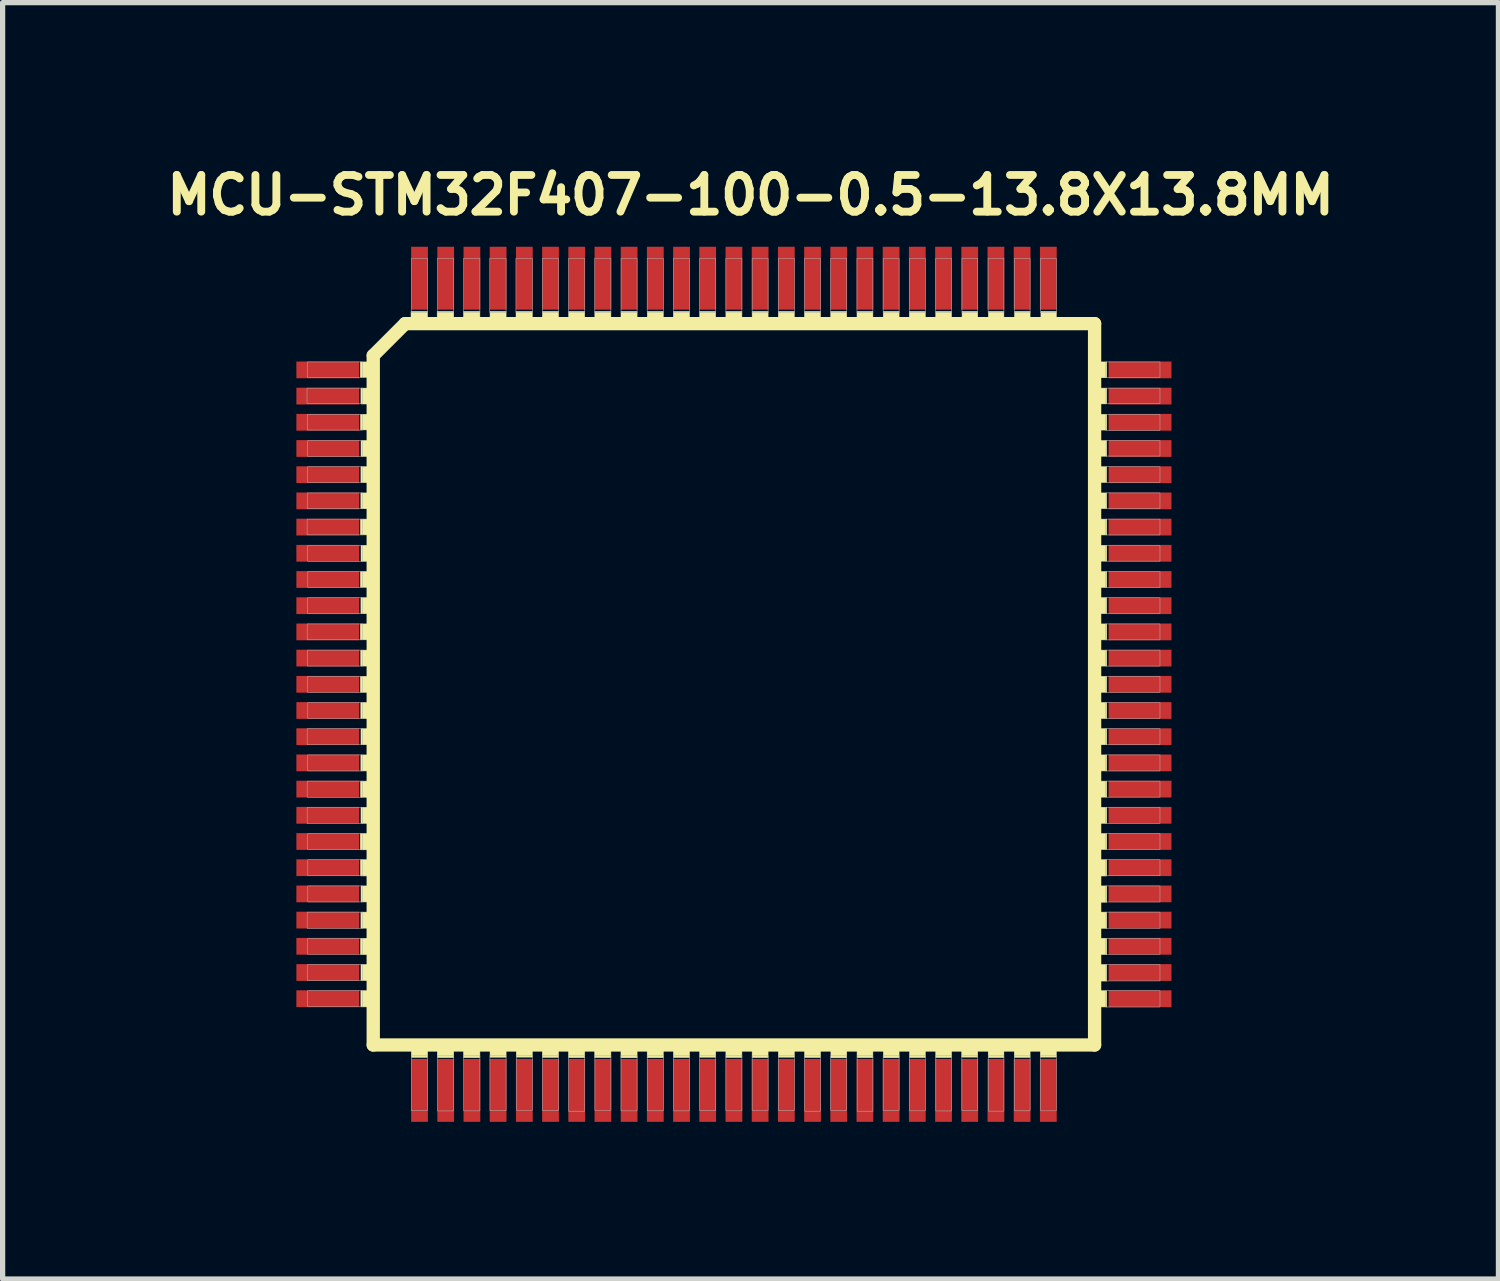
<source format=kicad_pcb>
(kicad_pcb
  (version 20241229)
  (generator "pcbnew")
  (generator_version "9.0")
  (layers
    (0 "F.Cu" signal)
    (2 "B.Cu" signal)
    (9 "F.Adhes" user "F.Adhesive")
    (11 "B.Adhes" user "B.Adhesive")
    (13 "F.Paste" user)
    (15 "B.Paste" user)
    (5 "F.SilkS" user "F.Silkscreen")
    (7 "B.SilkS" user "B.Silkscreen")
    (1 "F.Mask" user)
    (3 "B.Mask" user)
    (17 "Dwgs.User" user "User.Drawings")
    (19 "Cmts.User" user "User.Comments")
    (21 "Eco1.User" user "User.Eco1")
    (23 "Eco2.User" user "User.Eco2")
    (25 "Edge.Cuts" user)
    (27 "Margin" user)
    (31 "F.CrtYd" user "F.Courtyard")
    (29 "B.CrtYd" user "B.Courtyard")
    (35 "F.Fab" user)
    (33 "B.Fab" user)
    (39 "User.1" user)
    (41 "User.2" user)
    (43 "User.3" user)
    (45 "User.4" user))
  (footprint "MCU-STM32F407-100-0.5-13.8X13.8MM"
    (layer "F.Cu")
    (at 10.956 10.009)
    (property "Reference" "MCU-STM32F407-100-0.5-13.8X13.8MM" (at 0.318 -9.336 0) (layer "F.SilkS") (effects (font (size 0.7 0.7) (thickness 0.15))))
    (attr smd)
    (fp_line (start -6.883 -6.274) (end -6.274 -6.883) (stroke (width 0.254) (type solid)) (layer "F.SilkS"))
    (fp_line (start -6.883 6.883) (end -6.883 -6.274) (stroke (width 0.254) (type solid)) (layer "F.SilkS"))
    (fp_line (start -6.274 -6.883) (end 6.883 -6.883) (stroke (width 0.254) (type solid)) (layer "F.SilkS"))
    (fp_line (start 6.883 -6.883) (end 6.883 6.883) (stroke (width 0.254) (type solid)) (layer "F.SilkS"))
    (fp_line (start 6.883 6.883) (end -6.883 6.883) (stroke (width 0.254) (type solid)) (layer "F.SilkS"))
    (fp_poly (pts (xy -7.129 2.848) (xy -6.861 2.848) (xy -6.861 3.159) (xy -7.129 3.159)) (stroke (width 0.01) (type solid)) (fill yes) (layer "F.SilkS"))
    (fp_poly (pts (xy -7.129 -6.152) (xy -6.861 -6.152) (xy -6.861 -5.859) (xy -7.129 -5.859)) (stroke (width 0.01) (type solid)) (fill yes) (layer "F.SilkS"))
    (fp_poly (pts (xy -7.128 -1.152) (xy -6.861 -1.152) (xy -6.861 -0.849) (xy -7.128 -0.849)) (stroke (width 0.01) (type solid)) (fill yes) (layer "F.SilkS"))
    (fp_poly (pts (xy -7.127 -0.152) (xy -6.861 -0.152) (xy -6.861 0.153) (xy -7.127 0.153)) (stroke (width 0.01) (type solid)) (fill yes) (layer "F.SilkS"))
    (fp_poly (pts (xy -7.126 -2.152) (xy -6.861 -2.152) (xy -6.861 -1.851) (xy -7.126 -1.851)) (stroke (width 0.01) (type solid)) (fill yes) (layer "F.SilkS"))
    (fp_poly (pts (xy -7.126 -3.152) (xy -6.861 -3.152) (xy -6.861 -2.852) (xy -7.126 -2.852)) (stroke (width 0.01) (type solid)) (fill yes) (layer "F.SilkS"))
    (fp_poly (pts (xy -7.125 -5.152) (xy -6.861 -5.152) (xy -6.861 -4.855) (xy -7.125 -4.855)) (stroke (width 0.01) (type solid)) (fill yes) (layer "F.SilkS"))
    (fp_poly (pts (xy -7.125 3.348) (xy -6.861 3.348) (xy -6.861 3.657) (xy -7.125 3.657)) (stroke (width 0.01) (type solid)) (fill yes) (layer "F.SilkS"))
    (fp_poly (pts (xy -7.124 4.848) (xy -6.861 4.848) (xy -6.861 5.159) (xy -7.124 5.159)) (stroke (width 0.01) (type solid)) (fill yes) (layer "F.SilkS"))
    (fp_poly (pts (xy -7.124 1.848) (xy -6.861 1.848) (xy -6.861 2.155) (xy -7.124 2.155)) (stroke (width 0.01) (type solid)) (fill yes) (layer "F.SilkS"))
    (fp_poly (pts (xy -7.121 -0.652) (xy -6.861 -0.652) (xy -6.861 -0.348) (xy -7.121 -0.348)) (stroke (width 0.01) (type solid)) (fill yes) (layer "F.SilkS"))
    (fp_poly (pts (xy -7.12 0.348) (xy -6.861 0.348) (xy -6.861 0.653) (xy -7.12 0.653)) (stroke (width 0.01) (type solid)) (fill yes) (layer "F.SilkS"))
    (fp_poly (pts (xy -7.119 1.348) (xy -6.861 1.348) (xy -6.861 1.653) (xy -7.119 1.653)) (stroke (width 0.01) (type solid)) (fill yes) (layer "F.SilkS"))
    (fp_poly (pts (xy -7.119 -3.652) (xy -6.861 -3.652) (xy -6.861 -3.35) (xy -7.119 -3.35)) (stroke (width 0.01) (type solid)) (fill yes) (layer "F.SilkS"))
    (fp_poly (pts (xy -7.119 5.848) (xy -6.861 5.848) (xy -6.861 6.156) (xy -7.119 6.156)) (stroke (width 0.01) (type solid)) (fill yes) (layer "F.SilkS"))
    (fp_poly (pts (xy -7.118 -1.652) (xy -6.861 -1.652) (xy -6.861 -1.348) (xy -7.118 -1.348)) (stroke (width 0.01) (type solid)) (fill yes) (layer "F.SilkS"))
    (fp_poly (pts (xy -7.118 -4.152) (xy -6.861 -4.152) (xy -6.861 -3.849) (xy -7.118 -3.849)) (stroke (width 0.01) (type solid)) (fill yes) (layer "F.SilkS"))
    (fp_poly (pts (xy -7.118 4.348) (xy -6.861 4.348) (xy -6.861 4.654) (xy -7.118 4.654)) (stroke (width 0.01) (type solid)) (fill yes) (layer "F.SilkS"))
    (fp_poly (pts (xy -7.118 -5.652) (xy -6.861 -5.652) (xy -6.861 -5.349) (xy -7.118 -5.349)) (stroke (width 0.01) (type solid)) (fill yes) (layer "F.SilkS"))
    (fp_poly (pts (xy -7.117 0.848) (xy -6.861 0.848) (xy -6.861 1.153) (xy -7.117 1.153)) (stroke (width 0.01) (type solid)) (fill yes) (layer "F.SilkS"))
    (fp_poly (pts (xy -7.117 2.348) (xy -6.861 2.348) (xy -6.861 2.653) (xy -7.117 2.653)) (stroke (width 0.01) (type solid)) (fill yes) (layer "F.SilkS"))
    (fp_poly (pts (xy -7.117 5.348) (xy -6.861 5.348) (xy -6.861 5.654) (xy -7.117 5.654)) (stroke (width 0.01) (type solid)) (fill yes) (layer "F.SilkS"))
    (fp_poly (pts (xy -7.116 -2.652) (xy -6.861 -2.652) (xy -6.861 -2.348) (xy -7.116 -2.348)) (stroke (width 0.01) (type solid)) (fill yes) (layer "F.SilkS"))
    (fp_poly (pts (xy -7.116 3.848) (xy -6.861 3.848) (xy -6.861 4.153) (xy -7.116 4.153)) (stroke (width 0.01) (type solid)) (fill yes) (layer "F.SilkS"))
    (fp_poly (pts (xy -7.116 -4.652) (xy -6.861 -4.652) (xy -6.861 -4.348) (xy -7.116 -4.348)) (stroke (width 0.01) (type solid)) (fill yes) (layer "F.SilkS"))
    (fp_poly (pts (xy -6.162 -7.115) (xy -5.848 -7.115) (xy -5.848 -6.872) (xy -6.162 -6.872)) (stroke (width 0.01) (type solid)) (fill yes) (layer "F.SilkS"))
    (fp_poly (pts (xy -6.156 6.861) (xy -5.848 6.861) (xy -5.848 7.119) (xy -6.156 7.119)) (stroke (width 0.01) (type solid)) (fill yes) (layer "F.SilkS"))
    (fp_poly (pts (xy -5.663 -7.115) (xy -5.348 -7.115) (xy -5.348 -6.874) (xy -5.663 -6.874)) (stroke (width 0.01) (type solid)) (fill yes) (layer "F.SilkS"))
    (fp_poly (pts (xy -5.66 6.861) (xy -5.348 6.861) (xy -5.348 7.124) (xy -5.66 7.124)) (stroke (width 0.01) (type solid)) (fill yes) (layer "F.SilkS"))
    (fp_poly (pts (xy -5.16 -7.115) (xy -4.848 -7.115) (xy -4.848 -6.872) (xy -5.16 -6.872)) (stroke (width 0.01) (type solid)) (fill yes) (layer "F.SilkS"))
    (fp_poly (pts (xy -5.159 6.861) (xy -4.848 6.861) (xy -4.848 7.125) (xy -5.159 7.125)) (stroke (width 0.01) (type solid)) (fill yes) (layer "F.SilkS"))
    (fp_poly (pts (xy -4.654 6.861) (xy -4.348 6.861) (xy -4.348 7.117) (xy -4.654 7.117)) (stroke (width 0.01) (type solid)) (fill yes) (layer "F.SilkS"))
    (fp_poly (pts (xy -4.654 -7.115) (xy -4.348 -7.115) (xy -4.348 -6.863) (xy -4.654 -6.863)) (stroke (width 0.01) (type solid)) (fill yes) (layer "F.SilkS"))
    (fp_poly (pts (xy -4.158 -7.115) (xy -3.848 -7.115) (xy -3.848 -6.87) (xy -4.158 -6.87)) (stroke (width 0.01) (type solid)) (fill yes) (layer "F.SilkS"))
    (fp_poly (pts (xy -4.153 6.861) (xy -3.848 6.861) (xy -3.848 7.115) (xy -4.153 7.115)) (stroke (width 0.01) (type solid)) (fill yes) (layer "F.SilkS"))
    (fp_poly (pts (xy -3.656 6.861) (xy -3.348 6.861) (xy -3.348 7.121) (xy -3.656 7.121)) (stroke (width 0.01) (type solid)) (fill yes) (layer "F.SilkS"))
    (fp_poly (pts (xy -3.654 -7.115) (xy -3.348 -7.115) (xy -3.348 -6.864) (xy -3.654 -6.864)) (stroke (width 0.01) (type solid)) (fill yes) (layer "F.SilkS"))
    (fp_poly (pts (xy -3.156 6.861) (xy -2.848 6.861) (xy -2.848 7.124) (xy -3.156 7.124)) (stroke (width 0.01) (type solid)) (fill yes) (layer "F.SilkS"))
    (fp_poly (pts (xy -3.153 -7.115) (xy -2.848 -7.115) (xy -2.848 -6.862) (xy -3.153 -6.862)) (stroke (width 0.01) (type solid)) (fill yes) (layer "F.SilkS"))
    (fp_poly (pts (xy -2.656 6.861) (xy -2.348 6.861) (xy -2.348 7.124) (xy -2.656 7.124)) (stroke (width 0.01) (type solid)) (fill yes) (layer "F.SilkS"))
    (fp_poly (pts (xy -2.654 -7.115) (xy -2.348 -7.115) (xy -2.348 -6.864) (xy -2.654 -6.864)) (stroke (width 0.01) (type solid)) (fill yes) (layer "F.SilkS"))
    (fp_poly (pts (xy -2.156 6.861) (xy -1.848 6.861) (xy -1.848 7.127) (xy -2.156 7.127)) (stroke (width 0.01) (type solid)) (fill yes) (layer "F.SilkS"))
    (fp_poly (pts (xy -2.155 -7.115) (xy -1.848 -7.115) (xy -1.848 -6.871) (xy -2.155 -6.871)) (stroke (width 0.01) (type solid)) (fill yes) (layer "F.SilkS"))
    (fp_poly (pts (xy -1.655 6.861) (xy -1.348 6.861) (xy -1.348 7.126) (xy -1.655 7.126)) (stroke (width 0.01) (type solid)) (fill yes) (layer "F.SilkS"))
    (fp_poly (pts (xy -1.653 -7.115) (xy -1.348 -7.115) (xy -1.348 -6.865) (xy -1.653 -6.865)) (stroke (width 0.01) (type solid)) (fill yes) (layer "F.SilkS"))
    (fp_poly (pts (xy -1.155 -7.115) (xy -0.848 -7.115) (xy -0.848 -6.874) (xy -1.155 -6.874)) (stroke (width 0.01) (type solid)) (fill yes) (layer "F.SilkS"))
    (fp_poly (pts (xy -1.154 6.861) (xy -0.848 6.861) (xy -0.848 7.122) (xy -1.154 7.122)) (stroke (width 0.01) (type solid)) (fill yes) (layer "F.SilkS"))
    (fp_poly (pts (xy -0.653 -7.115) (xy -0.348 -7.115) (xy -0.348 -6.864) (xy -0.653 -6.864)) (stroke (width 0.01) (type solid)) (fill yes) (layer "F.SilkS"))
    (fp_poly (pts (xy -0.653 6.861) (xy -0.348 6.861) (xy -0.348 7.117) (xy -0.653 7.117)) (stroke (width 0.01) (type solid)) (fill yes) (layer "F.SilkS"))
    (fp_poly (pts (xy -0.153 -7.115) (xy 0.152 -7.115) (xy 0.152 -6.873) (xy -0.153 -6.873)) (stroke (width 0.01) (type solid)) (fill yes) (layer "F.SilkS"))
    (fp_poly (pts (xy -0.153 6.861) (xy 0.152 6.861) (xy 0.152 7.122) (xy -0.153 7.122)) (stroke (width 0.01) (type solid)) (fill yes) (layer "F.SilkS"))
    (fp_poly (pts (xy 0.348 6.861) (xy 0.652 6.861) (xy 0.652 7.123) (xy 0.348 7.123)) (stroke (width 0.01) (type solid)) (fill yes) (layer "F.SilkS"))
    (fp_poly (pts (xy 0.348 -7.115) (xy 0.652 -7.115) (xy 0.652 -6.874) (xy 0.348 -6.874)) (stroke (width 0.01) (type solid)) (fill yes) (layer "F.SilkS"))
    (fp_poly (pts (xy 0.848 6.861) (xy 1.152 6.861) (xy 1.152 7.116) (xy 0.848 7.116)) (stroke (width 0.01) (type solid)) (fill yes) (layer "F.SilkS"))
    (fp_poly (pts (xy 0.848 -7.115) (xy 1.152 -7.115) (xy 1.152 -6.864) (xy 0.848 -6.864)) (stroke (width 0.01) (type solid)) (fill yes) (layer "F.SilkS"))
    (fp_poly (pts (xy 1.348 -7.115) (xy 1.652 -7.115) (xy 1.652 -6.862) (xy 1.348 -6.862)) (stroke (width 0.01) (type solid)) (fill yes) (layer "F.SilkS"))
    (fp_poly (pts (xy 1.349 6.861) (xy 1.652 6.861) (xy 1.652 7.122) (xy 1.349 7.122)) (stroke (width 0.01) (type solid)) (fill yes) (layer "F.SilkS"))
    (fp_poly (pts (xy 1.848 -7.115) (xy 2.152 -7.115) (xy 2.152 -6.863) (xy 1.848 -6.863)) (stroke (width 0.01) (type solid)) (fill yes) (layer "F.SilkS"))
    (fp_poly (pts (xy 1.851 6.861) (xy 2.152 6.861) (xy 2.152 7.128) (xy 1.851 7.128)) (stroke (width 0.01) (type solid)) (fill yes) (layer "F.SilkS"))
    (fp_poly (pts (xy 2.349 -7.115) (xy 2.652 -7.115) (xy 2.652 -6.865) (xy 2.349 -6.865)) (stroke (width 0.01) (type solid)) (fill yes) (layer "F.SilkS"))
    (fp_poly (pts (xy 2.35 6.861) (xy 2.652 6.861) (xy 2.652 7.124) (xy 2.35 7.124)) (stroke (width 0.01) (type solid)) (fill yes) (layer "F.SilkS"))
    (fp_poly (pts (xy 2.85 -7.115) (xy 3.152 -7.115) (xy 3.152 -6.867) (xy 2.85 -6.867)) (stroke (width 0.01) (type solid)) (fill yes) (layer "F.SilkS"))
    (fp_poly (pts (xy 2.852 6.861) (xy 3.152 6.861) (xy 3.152 7.127) (xy 2.852 7.127)) (stroke (width 0.01) (type solid)) (fill yes) (layer "F.SilkS"))
    (fp_poly (pts (xy 3.348 -7.115) (xy 3.652 -7.115) (xy 3.652 -6.863) (xy 3.348 -6.863)) (stroke (width 0.01) (type solid)) (fill yes) (layer "F.SilkS"))
    (fp_poly (pts (xy 3.352 6.861) (xy 3.652 6.861) (xy 3.652 7.123) (xy 3.352 7.123)) (stroke (width 0.01) (type solid)) (fill yes) (layer "F.SilkS"))
    (fp_poly (pts (xy 3.852 6.861) (xy 4.152 6.861) (xy 4.152 7.123) (xy 3.852 7.123)) (stroke (width 0.01) (type solid)) (fill yes) (layer "F.SilkS"))
    (fp_poly (pts (xy 3.852 -7.115) (xy 4.152 -7.115) (xy 4.152 -6.869) (xy 3.852 -6.869)) (stroke (width 0.01) (type solid)) (fill yes) (layer "F.SilkS"))
    (fp_poly (pts (xy 4.348 6.861) (xy 4.652 6.861) (xy 4.652 7.115) (xy 4.348 7.115)) (stroke (width 0.01) (type solid)) (fill yes) (layer "F.SilkS"))
    (fp_poly (pts (xy 4.354 -7.115) (xy 4.652 -7.115) (xy 4.652 -6.871) (xy 4.354 -6.871)) (stroke (width 0.01) (type solid)) (fill yes) (layer "F.SilkS"))
    (fp_poly (pts (xy 4.853 6.861) (xy 5.152 6.861) (xy 5.152 7.123) (xy 4.853 7.123)) (stroke (width 0.01) (type solid)) (fill yes) (layer "F.SilkS"))
    (fp_poly (pts (xy 4.856 -7.115) (xy 5.152 -7.115) (xy 5.152 -6.873) (xy 4.856 -6.873)) (stroke (width 0.01) (type solid)) (fill yes) (layer "F.SilkS"))
    (fp_poly (pts (xy 5.351 6.861) (xy 5.652 6.861) (xy 5.652 7.12) (xy 5.351 7.12)) (stroke (width 0.01) (type solid)) (fill yes) (layer "F.SilkS"))
    (fp_poly (pts (xy 5.356 -7.115) (xy 5.652 -7.115) (xy 5.652 -6.872) (xy 5.356 -6.872)) (stroke (width 0.01) (type solid)) (fill yes) (layer "F.SilkS"))
    (fp_poly (pts (xy 5.848 6.861) (xy 6.152 6.861) (xy 6.152 7.115) (xy 5.848 7.115)) (stroke (width 0.01) (type solid)) (fill yes) (layer "F.SilkS"))
    (fp_poly (pts (xy 5.859 -7.115) (xy 6.152 -7.115) (xy 6.152 -6.875) (xy 5.859 -6.875)) (stroke (width 0.01) (type solid)) (fill yes) (layer "F.SilkS"))
    (fp_poly (pts (xy 6.861 -2.152) (xy 7.115 -2.152) (xy 7.115 -1.848) (xy 6.861 -1.848)) (stroke (width 0.01) (type solid)) (fill yes) (layer "F.SilkS"))
    (fp_poly (pts (xy 6.862 1.348) (xy 7.115 1.348) (xy 7.115 1.653) (xy 6.862 1.653)) (stroke (width 0.01) (type solid)) (fill yes) (layer "F.SilkS"))
    (fp_poly (pts (xy 6.863 2.848) (xy 7.115 2.848) (xy 7.115 3.153) (xy 6.863 3.153)) (stroke (width 0.01) (type solid)) (fill yes) (layer "F.SilkS"))
    (fp_poly (pts (xy 6.864 -6.152) (xy 7.115 -6.152) (xy 7.115 -5.85) (xy 6.864 -5.85)) (stroke (width 0.01) (type solid)) (fill yes) (layer "F.SilkS"))
    (fp_poly (pts (xy 6.865 -0.652) (xy 7.115 -0.652) (xy 7.115 -0.348) (xy 6.865 -0.348)) (stroke (width 0.01) (type solid)) (fill yes) (layer "F.SilkS"))
    (fp_poly (pts (xy 6.865 2.348) (xy 7.115 2.348) (xy 7.115 2.654) (xy 6.865 2.654)) (stroke (width 0.01) (type solid)) (fill yes) (layer "F.SilkS"))
    (fp_poly (pts (xy 6.865 -5.652) (xy 7.115 -5.652) (xy 7.115 -5.351) (xy 6.865 -5.351)) (stroke (width 0.01) (type solid)) (fill yes) (layer "F.SilkS"))
    (fp_poly (pts (xy 6.866 4.348) (xy 7.115 4.348) (xy 7.115 4.656) (xy 6.866 4.656)) (stroke (width 0.01) (type solid)) (fill yes) (layer "F.SilkS"))
    (fp_poly (pts (xy 6.866 -3.152) (xy 7.115 -3.152) (xy 7.115 -2.85) (xy 6.866 -2.85)) (stroke (width 0.01) (type solid)) (fill yes) (layer "F.SilkS"))
    (fp_poly (pts (xy 6.866 5.848) (xy 7.115 5.848) (xy 7.115 6.157) (xy 6.866 6.157)) (stroke (width 0.01) (type solid)) (fill yes) (layer "F.SilkS"))
    (fp_poly (pts (xy 6.867 4.848) (xy 7.115 4.848) (xy 7.115 5.157) (xy 6.867 5.157)) (stroke (width 0.01) (type solid)) (fill yes) (layer "F.SilkS"))
    (fp_poly (pts (xy 6.867 0.848) (xy 7.115 0.848) (xy 7.115 1.153) (xy 6.867 1.153)) (stroke (width 0.01) (type solid)) (fill yes) (layer "F.SilkS"))
    (fp_poly (pts (xy 6.867 1.848) (xy 7.115 1.848) (xy 7.115 2.154) (xy 6.867 2.154)) (stroke (width 0.01) (type solid)) (fill yes) (layer "F.SilkS"))
    (fp_poly (pts (xy 6.868 -5.152) (xy 7.115 -5.152) (xy 7.115 -4.852) (xy 6.868 -4.852)) (stroke (width 0.01) (type solid)) (fill yes) (layer "F.SilkS"))
    (fp_poly (pts (xy 6.868 -1.652) (xy 7.115 -1.652) (xy 7.115 -1.349) (xy 6.868 -1.349)) (stroke (width 0.01) (type solid)) (fill yes) (layer "F.SilkS"))
    (fp_poly (pts (xy 6.868 -1.152) (xy 7.115 -1.152) (xy 7.115 -0.848) (xy 6.868 -0.848)) (stroke (width 0.01) (type solid)) (fill yes) (layer "F.SilkS"))
    (fp_poly (pts (xy 6.868 -4.152) (xy 7.115 -4.152) (xy 7.115 -3.852) (xy 6.868 -3.852)) (stroke (width 0.01) (type solid)) (fill yes) (layer "F.SilkS"))
    (fp_poly (pts (xy 6.868 -2.652) (xy 7.115 -2.652) (xy 7.115 -2.35) (xy 6.868 -2.35)) (stroke (width 0.01) (type solid)) (fill yes) (layer "F.SilkS"))
    (fp_poly (pts (xy 6.869 -4.652) (xy 7.115 -4.652) (xy 7.115 -4.353) (xy 6.869 -4.353)) (stroke (width 0.01) (type solid)) (fill yes) (layer "F.SilkS"))
    (fp_poly (pts (xy 6.87 0.348) (xy 7.115 0.348) (xy 7.115 0.653) (xy 6.87 0.653)) (stroke (width 0.01) (type solid)) (fill yes) (layer "F.SilkS"))
    (fp_poly (pts (xy 6.871 -0.152) (xy 7.115 -0.152) (xy 7.115 0.153) (xy 6.871 0.153)) (stroke (width 0.01) (type solid)) (fill yes) (layer "F.SilkS"))
    (fp_poly (pts (xy 6.871 3.348) (xy 7.115 3.348) (xy 7.115 3.658) (xy 6.871 3.658)) (stroke (width 0.01) (type solid)) (fill yes) (layer "F.SilkS"))
    (fp_poly (pts (xy 6.872 -3.652) (xy 7.115 -3.652) (xy 7.115 -3.353) (xy 6.872 -3.353)) (stroke (width 0.01) (type solid)) (fill yes) (layer "F.SilkS"))
    (fp_poly (pts (xy 6.872 3.848) (xy 7.115 3.848) (xy 7.115 4.159) (xy 6.872 4.159)) (stroke (width 0.01) (type solid)) (fill yes) (layer "F.SilkS"))
    (fp_poly (pts (xy 6.874 5.348) (xy 7.115 5.348) (xy 7.115 5.663) (xy 6.874 5.663)) (stroke (width 0.01) (type solid)) (fill yes) (layer "F.SilkS"))
    (fp_poly (pts (xy -8.147 -5.652) (xy -7.09 -5.652) (xy -7.09 -5.358) (xy -8.147 -5.358)) (stroke (width 0.01) (type solid)) (fill no) (layer "F.Fab"))
    (fp_poly (pts (xy -8.145 -3.152) (xy -7.09 -3.152) (xy -7.09 -2.852) (xy -8.145 -2.852)) (stroke (width 0.01) (type solid)) (fill no) (layer "F.Fab"))
    (fp_poly (pts (xy -8.144 1.848) (xy -7.09 1.848) (xy -7.09 2.156) (xy -8.144 2.156)) (stroke (width 0.01) (type solid)) (fill no) (layer "F.Fab"))
    (fp_poly (pts (xy -8.144 2.348) (xy -7.09 2.348) (xy -7.09 2.657) (xy -8.144 2.657)) (stroke (width 0.01) (type solid)) (fill no) (layer "F.Fab"))
    (fp_poly (pts (xy -8.144 0.848) (xy -7.09 0.848) (xy -7.09 1.154) (xy -8.144 1.154)) (stroke (width 0.01) (type solid)) (fill no) (layer "F.Fab"))
    (fp_poly (pts (xy -8.144 4.348) (xy -7.09 4.348) (xy -7.09 4.66) (xy -8.144 4.66)) (stroke (width 0.01) (type solid)) (fill no) (layer "F.Fab"))
    (fp_poly (pts (xy -8.144 -1.152) (xy -7.09 -1.152) (xy -7.09 -0.849) (xy -8.144 -0.849)) (stroke (width 0.01) (type solid)) (fill no) (layer "F.Fab"))
    (fp_poly (pts (xy -8.143 -3.652) (xy -7.09 -3.652) (xy -7.09 -3.352) (xy -8.143 -3.352)) (stroke (width 0.01) (type solid)) (fill no) (layer "F.Fab"))
    (fp_poly (pts (xy -8.139 -6.152) (xy -7.09 -6.152) (xy -7.09 -5.854) (xy -8.139 -5.854)) (stroke (width 0.01) (type solid)) (fill no) (layer "F.Fab"))
    (fp_poly (pts (xy -8.139 -5.152) (xy -7.09 -5.152) (xy -7.09 -4.852) (xy -8.139 -4.852)) (stroke (width 0.01) (type solid)) (fill no) (layer "F.Fab"))
    (fp_poly (pts (xy -8.139 -0.652) (xy -7.09 -0.652) (xy -7.09 -0.348) (xy -8.139 -0.348)) (stroke (width 0.01) (type solid)) (fill no) (layer "F.Fab"))
    (fp_poly (pts (xy -8.138 5.348) (xy -7.09 5.348) (xy -7.09 5.657) (xy -8.138 5.657)) (stroke (width 0.01) (type solid)) (fill no) (layer "F.Fab"))
    (fp_poly (pts (xy -8.137 -0.152) (xy -7.09 -0.152) (xy -7.09 0.153) (xy -8.137 0.153)) (stroke (width 0.01) (type solid)) (fill no) (layer "F.Fab"))
    (fp_poly (pts (xy -8.136 -4.152) (xy -7.09 -4.152) (xy -7.09 -3.85) (xy -8.136 -3.85)) (stroke (width 0.01) (type solid)) (fill no) (layer "F.Fab"))
    (fp_poly (pts (xy -8.135 -1.652) (xy -7.09 -1.652) (xy -7.09 -1.348) (xy -8.135 -1.348)) (stroke (width 0.01) (type solid)) (fill no) (layer "F.Fab"))
    (fp_poly (pts (xy -8.135 5.848) (xy -7.09 5.848) (xy -7.09 6.155) (xy -8.135 6.155)) (stroke (width 0.01) (type solid)) (fill no) (layer "F.Fab"))
    (fp_poly (pts (xy -8.134 1.348) (xy -7.09 1.348) (xy -7.09 1.653) (xy -8.134 1.653)) (stroke (width 0.01) (type solid)) (fill no) (layer "F.Fab"))
    (fp_poly (pts (xy -8.134 4.848) (xy -7.09 4.848) (xy -7.09 5.154) (xy -8.134 5.154)) (stroke (width 0.01) (type solid)) (fill no) (layer "F.Fab"))
    (fp_poly (pts (xy -8.134 2.848) (xy -7.09 2.848) (xy -7.09 3.153) (xy -8.134 3.153)) (stroke (width 0.01) (type solid)) (fill no) (layer "F.Fab"))
    (fp_poly (pts (xy -8.133 -2.652) (xy -7.09 -2.652) (xy -7.09 -2.348) (xy -8.133 -2.348)) (stroke (width 0.01) (type solid)) (fill no) (layer "F.Fab"))
    (fp_poly (pts (xy -8.133 -4.652) (xy -7.09 -4.652) (xy -7.09 -4.349) (xy -8.133 -4.349)) (stroke (width 0.01) (type solid)) (fill no) (layer "F.Fab"))
    (fp_poly (pts (xy -8.132 3.348) (xy -7.09 3.348) (xy -7.09 3.653) (xy -8.132 3.653)) (stroke (width 0.01) (type solid)) (fill no) (layer "F.Fab"))
    (fp_poly (pts (xy -8.132 3.848) (xy -7.09 3.848) (xy -7.09 4.153) (xy -8.132 4.153)) (stroke (width 0.01) (type solid)) (fill no) (layer "F.Fab"))
    (fp_poly (pts (xy -8.132 0.348) (xy -7.09 0.348) (xy -7.09 0.652) (xy -8.132 0.652)) (stroke (width 0.01) (type solid)) (fill no) (layer "F.Fab"))
    (fp_poly (pts (xy -8.132 -2.152) (xy -7.09 -2.152) (xy -7.09 -1.848) (xy -8.132 -1.848)) (stroke (width 0.01) (type solid)) (fill no) (layer "F.Fab"))
    (fp_poly (pts (xy -6.157 7.09) (xy -5.848 7.09) (xy -5.848 8.137) (xy -6.157 8.137)) (stroke (width 0.01) (type solid)) (fill no) (layer "F.Fab"))
    (fp_poly (pts (xy -6.154 -8.131) (xy -5.848 -8.131) (xy -5.848 -7.092) (xy -6.154 -7.092)) (stroke (width 0.01) (type solid)) (fill no) (layer "F.Fab"))
    (fp_poly (pts (xy -5.661 -8.131) (xy -5.348 -8.131) (xy -5.348 -7.101) (xy -5.661 -7.101)) (stroke (width 0.01) (type solid)) (fill no) (layer "F.Fab"))
    (fp_poly (pts (xy -5.66 7.09) (xy -5.348 7.09) (xy -5.348 8.142) (xy -5.66 8.142)) (stroke (width 0.01) (type solid)) (fill no) (layer "F.Fab"))
    (fp_poly (pts (xy -5.159 -8.131) (xy -4.848 -8.131) (xy -4.848 -7.099) (xy -5.159 -7.099)) (stroke (width 0.01) (type solid)) (fill no) (layer "F.Fab"))
    (fp_poly (pts (xy -5.159 7.09) (xy -4.848 7.09) (xy -4.848 8.141) (xy -5.159 8.141)) (stroke (width 0.01) (type solid)) (fill no) (layer "F.Fab"))
    (fp_poly (pts (xy -4.659 -8.131) (xy -4.348 -8.131) (xy -4.348 -7.1) (xy -4.659 -7.1)) (stroke (width 0.01) (type solid)) (fill no) (layer "F.Fab"))
    (fp_poly (pts (xy -4.656 7.09) (xy -4.348 7.09) (xy -4.348 8.138) (xy -4.656 8.138)) (stroke (width 0.01) (type solid)) (fill no) (layer "F.Fab"))
    (fp_poly (pts (xy -4.16 -8.131) (xy -3.848 -8.131) (xy -3.848 -7.102) (xy -4.16 -7.102)) (stroke (width 0.01) (type solid)) (fill no) (layer "F.Fab"))
    (fp_poly (pts (xy -4.152 7.09) (xy -3.848 7.09) (xy -3.848 8.131) (xy -4.152 8.131)) (stroke (width 0.01) (type solid)) (fill no) (layer "F.Fab"))
    (fp_poly (pts (xy -3.656 7.09) (xy -3.348 7.09) (xy -3.348 8.138) (xy -3.656 8.138)) (stroke (width 0.01) (type solid)) (fill no) (layer "F.Fab"))
    (fp_poly (pts (xy -3.655 -8.131) (xy -3.348 -8.131) (xy -3.348 -7.094) (xy -3.655 -7.094)) (stroke (width 0.01) (type solid)) (fill no) (layer "F.Fab"))
    (fp_poly (pts (xy -3.159 7.09) (xy -2.848 7.09) (xy -2.848 8.147) (xy -3.159 8.147)) (stroke (width 0.01) (type solid)) (fill no) (layer "F.Fab"))
    (fp_poly (pts (xy -3.157 -8.131) (xy -2.848 -8.131) (xy -2.848 -7.099) (xy -3.157 -7.099)) (stroke (width 0.01) (type solid)) (fill no) (layer "F.Fab"))
    (fp_poly (pts (xy -2.655 -8.131) (xy -2.348 -8.131) (xy -2.348 -7.096) (xy -2.655 -7.096)) (stroke (width 0.01) (type solid)) (fill no) (layer "F.Fab"))
    (fp_poly (pts (xy -2.653 7.09) (xy -2.348 7.09) (xy -2.348 8.131) (xy -2.653 8.131)) (stroke (width 0.01) (type solid)) (fill no) (layer "F.Fab"))
    (fp_poly (pts (xy -2.155 7.09) (xy -1.848 7.09) (xy -1.848 8.141) (xy -2.155 8.141)) (stroke (width 0.01) (type solid)) (fill no) (layer "F.Fab"))
    (fp_poly (pts (xy -2.153 -8.131) (xy -1.848 -8.131) (xy -1.848 -7.092) (xy -2.153 -7.092)) (stroke (width 0.01) (type solid)) (fill no) (layer "F.Fab"))
    (fp_poly (pts (xy -1.655 -8.131) (xy -1.348 -8.131) (xy -1.348 -7.099) (xy -1.655 -7.099)) (stroke (width 0.01) (type solid)) (fill no) (layer "F.Fab"))
    (fp_poly (pts (xy -1.654 7.09) (xy -1.348 7.09) (xy -1.348 8.139) (xy -1.654 8.139)) (stroke (width 0.01) (type solid)) (fill no) (layer "F.Fab"))
    (fp_poly (pts (xy -1.154 -8.131) (xy -0.848 -8.131) (xy -0.848 -7.102) (xy -1.154 -7.102)) (stroke (width 0.01) (type solid)) (fill no) (layer "F.Fab"))
    (fp_poly (pts (xy -1.154 7.09) (xy -0.848 7.09) (xy -0.848 8.141) (xy -1.154 8.141)) (stroke (width 0.01) (type solid)) (fill no) (layer "F.Fab"))
    (fp_poly (pts (xy -0.653 -8.131) (xy -0.348 -8.131) (xy -0.348 -7.1) (xy -0.653 -7.1)) (stroke (width 0.01) (type solid)) (fill no) (layer "F.Fab"))
    (fp_poly (pts (xy -0.653 7.09) (xy -0.348 7.09) (xy -0.348 8.136) (xy -0.653 8.136)) (stroke (width 0.01) (type solid)) (fill no) (layer "F.Fab"))
    (fp_poly (pts (xy -0.153 -8.131) (xy 0.152 -8.131) (xy 0.152 -7.103) (xy -0.153 -7.103)) (stroke (width 0.01) (type solid)) (fill no) (layer "F.Fab"))
    (fp_poly (pts (xy -0.153 7.09) (xy 0.152 7.09) (xy 0.152 8.14) (xy -0.153 8.14)) (stroke (width 0.01) (type solid)) (fill no) (layer "F.Fab"))
    (fp_poly (pts (xy 0.348 -8.131) (xy 0.652 -8.131) (xy 0.652 -7.09) (xy 0.348 -7.09)) (stroke (width 0.01) (type solid)) (fill no) (layer "F.Fab"))
    (fp_poly (pts (xy 0.348 7.09) (xy 0.652 7.09) (xy 0.652 8.135) (xy 0.348 8.135)) (stroke (width 0.01) (type solid)) (fill no) (layer "F.Fab"))
    (fp_poly (pts (xy 0.848 -8.131) (xy 1.152 -8.131) (xy 1.152 -7.09) (xy 0.848 -7.09)) (stroke (width 0.01) (type solid)) (fill no) (layer "F.Fab"))
    (fp_poly (pts (xy 0.848 7.09) (xy 1.152 7.09) (xy 1.152 8.136) (xy 0.848 8.136)) (stroke (width 0.01) (type solid)) (fill no) (layer "F.Fab"))
    (fp_poly (pts (xy 1.348 -8.131) (xy 1.652 -8.131) (xy 1.652 -7.092) (xy 1.348 -7.092)) (stroke (width 0.01) (type solid)) (fill no) (layer "F.Fab"))
    (fp_poly (pts (xy 1.35 7.09) (xy 1.652 7.09) (xy 1.652 8.147) (xy 1.35 8.147)) (stroke (width 0.01) (type solid)) (fill no) (layer "F.Fab"))
    (fp_poly (pts (xy 1.848 7.09) (xy 2.152 7.09) (xy 2.152 8.132) (xy 1.848 8.132)) (stroke (width 0.01) (type solid)) (fill no) (layer "F.Fab"))
    (fp_poly (pts (xy 1.848 -8.131) (xy 2.152 -8.131) (xy 2.152 -7.092) (xy 1.848 -7.092)) (stroke (width 0.01) (type solid)) (fill no) (layer "F.Fab"))
    (fp_poly (pts (xy 2.349 -8.131) (xy 2.652 -8.131) (xy 2.652 -7.095) (xy 2.349 -7.095)) (stroke (width 0.01) (type solid)) (fill no) (layer "F.Fab"))
    (fp_poly (pts (xy 2.352 7.09) (xy 2.652 7.09) (xy 2.652 8.147) (xy 2.352 8.147)) (stroke (width 0.01) (type solid)) (fill no) (layer "F.Fab"))
    (fp_poly (pts (xy 2.848 -8.131) (xy 3.152 -8.131) (xy 3.152 -7.09) (xy 2.848 -7.09)) (stroke (width 0.01) (type solid)) (fill no) (layer "F.Fab"))
    (fp_poly (pts (xy 2.848 7.09) (xy 3.152 7.09) (xy 3.152 8.133) (xy 2.848 8.133)) (stroke (width 0.01) (type solid)) (fill no) (layer "F.Fab"))
    (fp_poly (pts (xy 3.351 -8.131) (xy 3.652 -8.131) (xy 3.652 -7.098) (xy 3.351 -7.098)) (stroke (width 0.01) (type solid)) (fill no) (layer "F.Fab"))
    (fp_poly (pts (xy 3.351 7.09) (xy 3.652 7.09) (xy 3.652 8.14) (xy 3.351 8.14)) (stroke (width 0.01) (type solid)) (fill no) (layer "F.Fab"))
    (fp_poly (pts (xy 3.852 -8.131) (xy 4.152 -8.131) (xy 4.152 -7.098) (xy 3.852 -7.098)) (stroke (width 0.01) (type solid)) (fill no) (layer "F.Fab"))
    (fp_poly (pts (xy 3.853 7.09) (xy 4.152 7.09) (xy 4.152 8.142) (xy 3.853 8.142)) (stroke (width 0.01) (type solid)) (fill no) (layer "F.Fab"))
    (fp_poly (pts (xy 4.35 7.09) (xy 4.652 7.09) (xy 4.652 8.136) (xy 4.35 8.136)) (stroke (width 0.01) (type solid)) (fill no) (layer "F.Fab"))
    (fp_poly (pts (xy 4.352 -8.131) (xy 4.652 -8.131) (xy 4.652 -7.096) (xy 4.352 -7.096)) (stroke (width 0.01) (type solid)) (fill no) (layer "F.Fab"))
    (fp_poly (pts (xy 4.851 -8.131) (xy 5.152 -8.131) (xy 5.152 -7.094) (xy 4.851 -7.094)) (stroke (width 0.01) (type solid)) (fill no) (layer "F.Fab"))
    (fp_poly (pts (xy 4.857 7.09) (xy 5.152 7.09) (xy 5.152 8.146) (xy 4.857 8.146)) (stroke (width 0.01) (type solid)) (fill no) (layer "F.Fab"))
    (fp_poly (pts (xy 5.351 -8.131) (xy 5.652 -8.131) (xy 5.652 -7.094) (xy 5.351 -7.094)) (stroke (width 0.01) (type solid)) (fill no) (layer "F.Fab"))
    (fp_poly (pts (xy 5.353 7.09) (xy 5.652 7.09) (xy 5.652 8.139) (xy 5.353 8.139)) (stroke (width 0.01) (type solid)) (fill no) (layer "F.Fab"))
    (fp_poly (pts (xy 5.85 -8.131) (xy 6.152 -8.131) (xy 6.152 -7.093) (xy 5.85 -7.093)) (stroke (width 0.01) (type solid)) (fill no) (layer "F.Fab"))
    (fp_poly (pts (xy 5.854 7.09) (xy 6.152 7.09) (xy 6.152 8.14) (xy 5.854 8.14)) (stroke (width 0.01) (type solid)) (fill no) (layer "F.Fab"))
    (fp_poly (pts (xy 7.09 0.848) (xy 8.131 0.848) (xy 8.131 1.152) (xy 7.09 1.152)) (stroke (width 0.01) (type solid)) (fill no) (layer "F.Fab"))
    (fp_poly (pts (xy 7.09 -5.152) (xy 8.131 -5.152) (xy 8.131 -4.848) (xy 7.09 -4.848)) (stroke (width 0.01) (type solid)) (fill no) (layer "F.Fab"))
    (fp_poly (pts (xy 7.09 1.348) (xy 8.131 1.348) (xy 8.131 1.653) (xy 7.09 1.653)) (stroke (width 0.01) (type solid)) (fill no) (layer "F.Fab"))
    (fp_poly (pts (xy 7.091 3.348) (xy 8.131 3.348) (xy 8.131 3.653) (xy 7.091 3.653)) (stroke (width 0.01) (type solid)) (fill no) (layer "F.Fab"))
    (fp_poly (pts (xy 7.092 -1.152) (xy 8.131 -1.152) (xy 8.131 -0.848) (xy 7.092 -0.848)) (stroke (width 0.01) (type solid)) (fill no) (layer "F.Fab"))
    (fp_poly (pts (xy 7.092 -2.152) (xy 8.131 -2.152) (xy 8.131 -1.848) (xy 7.092 -1.848)) (stroke (width 0.01) (type solid)) (fill no) (layer "F.Fab"))
    (fp_poly (pts (xy 7.092 2.348) (xy 8.131 2.348) (xy 8.131 2.653) (xy 7.092 2.653)) (stroke (width 0.01) (type solid)) (fill no) (layer "F.Fab"))
    (fp_poly (pts (xy 7.092 4.848) (xy 8.131 4.848) (xy 8.131 5.154) (xy 7.092 5.154)) (stroke (width 0.01) (type solid)) (fill no) (layer "F.Fab"))
    (fp_poly (pts (xy 7.093 3.848) (xy 8.131 3.848) (xy 8.131 4.154) (xy 7.093 4.154)) (stroke (width 0.01) (type solid)) (fill no) (layer "F.Fab"))
    (fp_poly (pts (xy 7.093 1.848) (xy 8.131 1.848) (xy 8.131 2.153) (xy 7.093 2.153)) (stroke (width 0.01) (type solid)) (fill no) (layer "F.Fab"))
    (fp_poly (pts (xy 7.094 0.348) (xy 8.131 0.348) (xy 8.131 0.653) (xy 7.094 0.653)) (stroke (width 0.01) (type solid)) (fill no) (layer "F.Fab"))
    (fp_poly (pts (xy 7.094 -0.652) (xy 8.131 -0.652) (xy 8.131 -0.348) (xy 7.094 -0.348)) (stroke (width 0.01) (type solid)) (fill no) (layer "F.Fab"))
    (fp_poly (pts (xy 7.096 -3.152) (xy 8.131 -3.152) (xy 8.131 -2.85) (xy 7.096 -2.85)) (stroke (width 0.01) (type solid)) (fill no) (layer "F.Fab"))
    (fp_poly (pts (xy 7.096 2.848) (xy 8.131 2.848) (xy 8.131 3.155) (xy 7.096 3.155)) (stroke (width 0.01) (type solid)) (fill no) (layer "F.Fab"))
    (fp_poly (pts (xy 7.096 -2.652) (xy 8.131 -2.652) (xy 8.131 -2.35) (xy 7.096 -2.35)) (stroke (width 0.01) (type solid)) (fill no) (layer "F.Fab"))
    (fp_poly (pts (xy 7.096 5.848) (xy 8.131 5.848) (xy 8.131 6.158) (xy 7.096 6.158)) (stroke (width 0.01) (type solid)) (fill no) (layer "F.Fab"))
    (fp_poly (pts (xy 7.097 -6.152) (xy 8.131 -6.152) (xy 8.131 -5.854) (xy 7.097 -5.854)) (stroke (width 0.01) (type solid)) (fill no) (layer "F.Fab"))
    (fp_poly (pts (xy 7.1 4.348) (xy 8.131 4.348) (xy 8.131 4.659) (xy 7.1 4.659)) (stroke (width 0.01) (type solid)) (fill no) (layer "F.Fab"))
    (fp_poly (pts (xy 7.1 -1.652) (xy 8.131 -1.652) (xy 8.131 -1.35) (xy 7.1 -1.35)) (stroke (width 0.01) (type solid)) (fill no) (layer "F.Fab"))
    (fp_poly (pts (xy 7.1 -0.152) (xy 8.131 -0.152) (xy 8.131 0.153) (xy 7.1 0.153)) (stroke (width 0.01) (type solid)) (fill no) (layer "F.Fab"))
    (fp_poly (pts (xy 7.1 -5.652) (xy 8.131 -5.652) (xy 8.131 -5.356) (xy 7.1 -5.356)) (stroke (width 0.01) (type solid)) (fill no) (layer "F.Fab"))
    (fp_poly (pts (xy 7.101 5.348) (xy 8.131 5.348) (xy 8.131 5.661) (xy 7.101 5.661)) (stroke (width 0.01) (type solid)) (fill no) (layer "F.Fab"))
    (fp_poly (pts (xy 7.101 -4.152) (xy 8.131 -4.152) (xy 8.131 -3.854) (xy 7.101 -3.854)) (stroke (width 0.01) (type solid)) (fill no) (layer "F.Fab"))
    (fp_poly (pts (xy 7.102 -3.652) (xy 8.131 -3.652) (xy 8.131 -3.353) (xy 7.102 -3.353)) (stroke (width 0.01) (type solid)) (fill no) (layer "F.Fab"))
    (fp_poly (pts (xy 7.102 -4.652) (xy 8.131 -4.652) (xy 8.131 -4.355) (xy 7.102 -4.355)) (stroke (width 0.01) (type solid)) (fill no) (layer "F.Fab"))
    (pad "1" smd rect (at -7.75 -6) (size 1.2 0.32) (layers "F.Cu" "F.Mask" "F.Paste"))
    (pad "2" smd rect (at -7.75 -5.5) (size 1.2 0.32) (layers "F.Cu" "F.Mask" "F.Paste"))
    (pad "3" smd rect (at -7.75 -5) (size 1.2 0.32) (layers "F.Cu" "F.Mask" "F.Paste"))
    (pad "4" smd rect (at -7.75 -4.5) (size 1.2 0.32) (layers "F.Cu" "F.Mask" "F.Paste"))
    (pad "5" smd rect (at -7.75 -4) (size 1.2 0.32) (layers "F.Cu" "F.Mask" "F.Paste"))
    (pad "6" smd rect (at -7.75 -3.5) (size 1.2 0.32) (layers "F.Cu" "F.Mask" "F.Paste"))
    (pad "7" smd rect (at -7.75 -3) (size 1.2 0.32) (layers "F.Cu" "F.Mask" "F.Paste"))
    (pad "8" smd rect (at -7.75 -2.5) (size 1.2 0.32) (layers "F.Cu" "F.Mask" "F.Paste"))
    (pad "9" smd rect (at -7.75 -2) (size 1.2 0.32) (layers "F.Cu" "F.Mask" "F.Paste"))
    (pad "10" smd rect (at -7.75 -1.5) (size 1.2 0.32) (layers "F.Cu" "F.Mask" "F.Paste"))
    (pad "11" smd rect (at -7.75 -1) (size 1.2 0.32) (layers "F.Cu" "F.Mask" "F.Paste"))
    (pad "12" smd rect (at -7.75 -0.5) (size 1.2 0.32) (layers "F.Cu" "F.Mask" "F.Paste"))
    (pad "13" smd rect (at -7.75 0) (size 1.2 0.32) (layers "F.Cu" "F.Mask" "F.Paste"))
    (pad "14" smd rect (at -7.75 0.5) (size 1.2 0.32) (layers "F.Cu" "F.Mask" "F.Paste"))
    (pad "15" smd rect (at -7.75 1) (size 1.2 0.32) (layers "F.Cu" "F.Mask" "F.Paste"))
    (pad "16" smd rect (at -7.75 1.5) (size 1.2 0.32) (layers "F.Cu" "F.Mask" "F.Paste"))
    (pad "17" smd rect (at -7.75 2) (size 1.2 0.32) (layers "F.Cu" "F.Mask" "F.Paste"))
    (pad "18" smd rect (at -7.75 2.5) (size 1.2 0.32) (layers "F.Cu" "F.Mask" "F.Paste"))
    (pad "19" smd rect (at -7.75 3) (size 1.2 0.32) (layers "F.Cu" "F.Mask" "F.Paste"))
    (pad "20" smd rect (at -7.75 3.5) (size 1.2 0.32) (layers "F.Cu" "F.Mask" "F.Paste"))
    (pad "21" smd rect (at -7.75 4) (size 1.2 0.32) (layers "F.Cu" "F.Mask" "F.Paste"))
    (pad "22" smd rect (at -7.75 4.5) (size 1.2 0.32) (layers "F.Cu" "F.Mask" "F.Paste"))
    (pad "23" smd rect (at -7.75 5) (size 1.2 0.32) (layers "F.Cu" "F.Mask" "F.Paste"))
    (pad "24" smd rect (at -7.75 5.5) (size 1.2 0.32) (layers "F.Cu" "F.Mask" "F.Paste"))
    (pad "25" smd rect (at -7.75 6) (size 1.2 0.32) (layers "F.Cu" "F.Mask" "F.Paste"))
    (pad "26" smd rect (at -6 7.75) (size 0.32 1.2) (layers "F.Cu" "F.Mask" "F.Paste"))
    (pad "27" smd rect (at -5.5 7.75) (size 0.32 1.2) (layers "F.Cu" "F.Mask" "F.Paste"))
    (pad "28" smd rect (at -5 7.75) (size 0.32 1.2) (layers "F.Cu" "F.Mask" "F.Paste"))
    (pad "29" smd rect (at -4.5 7.75) (size 0.32 1.2) (layers "F.Cu" "F.Mask" "F.Paste"))
    (pad "30" smd rect (at -4 7.75) (size 0.32 1.2) (layers "F.Cu" "F.Mask" "F.Paste"))
    (pad "31" smd rect (at -3.5 7.75) (size 0.32 1.2) (layers "F.Cu" "F.Mask" "F.Paste"))
    (pad "32" smd rect (at -3 7.75) (size 0.32 1.2) (layers "F.Cu" "F.Mask" "F.Paste"))
    (pad "33" smd rect (at -2.5 7.75) (size 0.32 1.2) (layers "F.Cu" "F.Mask" "F.Paste"))
    (pad "34" smd rect (at -2 7.75) (size 0.32 1.2) (layers "F.Cu" "F.Mask" "F.Paste"))
    (pad "35" smd rect (at -1.5 7.75) (size 0.32 1.2) (layers "F.Cu" "F.Mask" "F.Paste"))
    (pad "36" smd rect (at -1 7.75) (size 0.32 1.2) (layers "F.Cu" "F.Mask" "F.Paste"))
    (pad "37" smd rect (at -0.5 7.75) (size 0.32 1.2) (layers "F.Cu" "F.Mask" "F.Paste"))
    (pad "38" smd rect (at 0 7.75) (size 0.32 1.2) (layers "F.Cu" "F.Mask" "F.Paste"))
    (pad "39" smd rect (at 0.5 7.75) (size 0.32 1.2) (layers "F.Cu" "F.Mask" "F.Paste"))
    (pad "40" smd rect (at 1 7.75) (size 0.32 1.2) (layers "F.Cu" "F.Mask" "F.Paste"))
    (pad "41" smd rect (at 1.5 7.75) (size 0.32 1.2) (layers "F.Cu" "F.Mask" "F.Paste"))
    (pad "42" smd rect (at 2 7.75) (size 0.32 1.2) (layers "F.Cu" "F.Mask" "F.Paste"))
    (pad "43" smd rect (at 2.5 7.75) (size 0.32 1.2) (layers "F.Cu" "F.Mask" "F.Paste"))
    (pad "44" smd rect (at 3 7.75) (size 0.32 1.2) (layers "F.Cu" "F.Mask" "F.Paste"))
    (pad "45" smd rect (at 3.5 7.75) (size 0.32 1.2) (layers "F.Cu" "F.Mask" "F.Paste"))
    (pad "46" smd rect (at 4 7.75) (size 0.32 1.2) (layers "F.Cu" "F.Mask" "F.Paste"))
    (pad "47" smd rect (at 4.5 7.75) (size 0.32 1.2) (layers "F.Cu" "F.Mask" "F.Paste"))
    (pad "48" smd rect (at 5 7.75) (size 0.32 1.2) (layers "F.Cu" "F.Mask" "F.Paste"))
    (pad "49" smd rect (at 5.5 7.75) (size 0.32 1.2) (layers "F.Cu" "F.Mask" "F.Paste"))
    (pad "50" smd rect (at 6 7.75) (size 0.32 1.2) (layers "F.Cu" "F.Mask" "F.Paste"))
    (pad "51" smd rect (at 7.75 6) (size 1.2 0.32) (layers "F.Cu" "F.Mask" "F.Paste"))
    (pad "52" smd rect (at 7.75 5.5) (size 1.2 0.32) (layers "F.Cu" "F.Mask" "F.Paste"))
    (pad "53" smd rect (at 7.75 5) (size 1.2 0.32) (layers "F.Cu" "F.Mask" "F.Paste"))
    (pad "54" smd rect (at 7.75 4.5) (size 1.2 0.32) (layers "F.Cu" "F.Mask" "F.Paste"))
    (pad "55" smd rect (at 7.75 4) (size 1.2 0.32) (layers "F.Cu" "F.Mask" "F.Paste"))
    (pad "56" smd rect (at 7.75 3.5) (size 1.2 0.32) (layers "F.Cu" "F.Mask" "F.Paste"))
    (pad "57" smd rect (at 7.75 3) (size 1.2 0.32) (layers "F.Cu" "F.Mask" "F.Paste"))
    (pad "58" smd rect (at 7.75 2.5) (size 1.2 0.32) (layers "F.Cu" "F.Mask" "F.Paste"))
    (pad "59" smd rect (at 7.75 2) (size 1.2 0.32) (layers "F.Cu" "F.Mask" "F.Paste"))
    (pad "60" smd rect (at 7.75 1.5) (size 1.2 0.32) (layers "F.Cu" "F.Mask" "F.Paste"))
    (pad "61" smd rect (at 7.75 1) (size 1.2 0.32) (layers "F.Cu" "F.Mask" "F.Paste"))
    (pad "62" smd rect (at 7.75 0.5) (size 1.2 0.32) (layers "F.Cu" "F.Mask" "F.Paste"))
    (pad "63" smd rect (at 7.75 0) (size 1.2 0.32) (layers "F.Cu" "F.Mask" "F.Paste"))
    (pad "64" smd rect (at 7.75 -0.5) (size 1.2 0.32) (layers "F.Cu" "F.Mask" "F.Paste"))
    (pad "65" smd rect (at 7.75 -1) (size 1.2 0.32) (layers "F.Cu" "F.Mask" "F.Paste"))
    (pad "66" smd rect (at 7.75 -1.5) (size 1.2 0.32) (layers "F.Cu" "F.Mask" "F.Paste"))
    (pad "67" smd rect (at 7.75 -2) (size 1.2 0.32) (layers "F.Cu" "F.Mask" "F.Paste"))
    (pad "68" smd rect (at 7.75 -2.5) (size 1.2 0.32) (layers "F.Cu" "F.Mask" "F.Paste"))
    (pad "69" smd rect (at 7.75 -3) (size 1.2 0.32) (layers "F.Cu" "F.Mask" "F.Paste"))
    (pad "70" smd rect (at 7.75 -3.5) (size 1.2 0.32) (layers "F.Cu" "F.Mask" "F.Paste"))
    (pad "71" smd rect (at 7.75 -4) (size 1.2 0.32) (layers "F.Cu" "F.Mask" "F.Paste"))
    (pad "72" smd rect (at 7.75 -4.5) (size 1.2 0.32) (layers "F.Cu" "F.Mask" "F.Paste"))
    (pad "73" smd rect (at 7.75 -5) (size 1.2 0.32) (layers "F.Cu" "F.Mask" "F.Paste"))
    (pad "74" smd rect (at 7.75 -5.5) (size 1.2 0.32) (layers "F.Cu" "F.Mask" "F.Paste"))
    (pad "75" smd rect (at 7.75 -6) (size 1.2 0.32) (layers "F.Cu" "F.Mask" "F.Paste"))
    (pad "76" smd rect (at 6 -7.75) (size 0.32 1.2) (layers "F.Cu" "F.Mask" "F.Paste"))
    (pad "77" smd rect (at 5.5 -7.75) (size 0.32 1.2) (layers "F.Cu" "F.Mask" "F.Paste"))
    (pad "78" smd rect (at 5 -7.75) (size 0.32 1.2) (layers "F.Cu" "F.Mask" "F.Paste"))
    (pad "79" smd rect (at 4.5 -7.75) (size 0.32 1.2) (layers "F.Cu" "F.Mask" "F.Paste"))
    (pad "80" smd rect (at 4 -7.75) (size 0.32 1.2) (layers "F.Cu" "F.Mask" "F.Paste"))
    (pad "81" smd rect (at 3.5 -7.75) (size 0.32 1.2) (layers "F.Cu" "F.Mask" "F.Paste"))
    (pad "82" smd rect (at 3 -7.75) (size 0.32 1.2) (layers "F.Cu" "F.Mask" "F.Paste"))
    (pad "83" smd rect (at 2.5 -7.75) (size 0.32 1.2) (layers "F.Cu" "F.Mask" "F.Paste"))
    (pad "84" smd rect (at 2 -7.75) (size 0.32 1.2) (layers "F.Cu" "F.Mask" "F.Paste"))
    (pad "85" smd rect (at 1.5 -7.75) (size 0.32 1.2) (layers "F.Cu" "F.Mask" "F.Paste"))
    (pad "86" smd rect (at 1 -7.75) (size 0.32 1.2) (layers "F.Cu" "F.Mask" "F.Paste"))
    (pad "87" smd rect (at 0.5 -7.75) (size 0.32 1.2) (layers "F.Cu" "F.Mask" "F.Paste"))
    (pad "88" smd rect (at 0 -7.75) (size 0.32 1.2) (layers "F.Cu" "F.Mask" "F.Paste"))
    (pad "89" smd rect (at -0.5 -7.75) (size 0.32 1.2) (layers "F.Cu" "F.Mask" "F.Paste"))
    (pad "90" smd rect (at -1 -7.75) (size 0.32 1.2) (layers "F.Cu" "F.Mask" "F.Paste"))
    (pad "91" smd rect (at -1.5 -7.75) (size 0.32 1.2) (layers "F.Cu" "F.Mask" "F.Paste"))
    (pad "92" smd rect (at -2 -7.75) (size 0.32 1.2) (layers "F.Cu" "F.Mask" "F.Paste"))
    (pad "93" smd rect (at -2.5 -7.75) (size 0.32 1.2) (layers "F.Cu" "F.Mask" "F.Paste"))
    (pad "94" smd rect (at -3 -7.75) (size 0.32 1.2) (layers "F.Cu" "F.Mask" "F.Paste"))
    (pad "95" smd rect (at -3.5 -7.75) (size 0.32 1.2) (layers "F.Cu" "F.Mask" "F.Paste"))
    (pad "96" smd rect (at -4 -7.75) (size 0.32 1.2) (layers "F.Cu" "F.Mask" "F.Paste"))
    (pad "97" smd rect (at -4.5 -7.75) (size 0.32 1.2) (layers "F.Cu" "F.Mask" "F.Paste"))
    (pad "98" smd rect (at -5 -7.75) (size 0.32 1.2) (layers "F.Cu" "F.Mask" "F.Paste"))
    (pad "99" smd rect (at -5.5 -7.75) (size 0.32 1.2) (layers "F.Cu" "F.Mask" "F.Paste"))
    (pad "100" smd rect (at -6 -7.75) (size 0.32 1.2) (layers "F.Cu" "F.Mask" "F.Paste")))
  (gr_rect
    (start -3 -3)
    (end 25.546 21.359)
    (stroke (width 0.1) (type default))
    (fill no)
    (layer "Edge.Cuts")))
</source>
